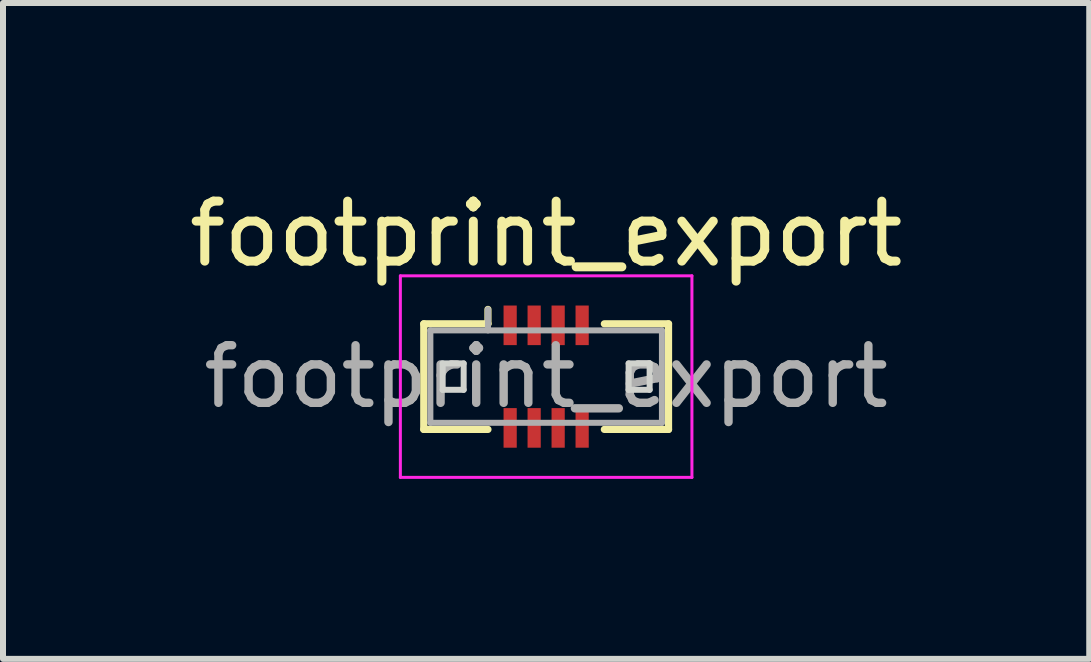
<source format=kicad_pcb>
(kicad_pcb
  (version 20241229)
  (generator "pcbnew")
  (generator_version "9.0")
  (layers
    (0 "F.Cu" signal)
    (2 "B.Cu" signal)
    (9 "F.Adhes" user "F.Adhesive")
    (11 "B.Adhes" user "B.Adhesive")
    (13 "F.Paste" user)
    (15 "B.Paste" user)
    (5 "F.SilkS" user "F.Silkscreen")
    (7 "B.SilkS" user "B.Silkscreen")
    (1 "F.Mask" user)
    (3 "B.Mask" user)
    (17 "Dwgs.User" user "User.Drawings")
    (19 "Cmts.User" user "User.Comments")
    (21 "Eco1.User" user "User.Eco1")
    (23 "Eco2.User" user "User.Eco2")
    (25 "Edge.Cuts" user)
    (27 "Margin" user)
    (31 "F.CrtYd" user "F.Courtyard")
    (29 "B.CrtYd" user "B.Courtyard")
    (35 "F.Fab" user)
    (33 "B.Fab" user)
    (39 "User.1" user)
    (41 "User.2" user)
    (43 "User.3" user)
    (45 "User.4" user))
  (footprint "footprint_export"
    (layer "F.Cu")
    (at 6.054 3.228)
    (property "Reference" "footprint_export" (at 0 -2.38 0) (layer "F.SilkS") (effects (font (size 1 1) (thickness 0.15))))
    (attr smd)
    (fp_line (start -2.04 -0.88) (end -0.97 -0.88) (stroke (width 0.12) (type solid)) (layer "F.SilkS"))
    (fp_line (start -2.04 0.88) (end -2.04 -0.88) (stroke (width 0.12) (type solid)) (layer "F.SilkS"))
    (fp_line (start -0.97 -0.88) (end -0.97 -1.12) (stroke (width 0.12) (type solid)) (layer "F.SilkS"))
    (fp_line (start -0.97 0.88) (end -2.04 0.88) (stroke (width 0.12) (type solid)) (layer "F.SilkS"))
    (fp_line (start 0.97 0.88) (end 2.04 0.88) (stroke (width 0.12) (type solid)) (layer "F.SilkS"))
    (fp_line (start 2.04 -0.88) (end 0.97 -0.88) (stroke (width 0.12) (type solid)) (layer "F.SilkS"))
    (fp_line (start 2.04 0.88) (end 2.04 -0.88) (stroke (width 0.12) (type solid)) (layer "F.SilkS"))
    (fp_line (start -1.725 -0.22) (end -1.725 0.22) (stroke (width 0.1) (type solid)) (layer "Edge.Cuts"))
    (fp_line (start -1.725 0.22) (end -1.375 0.22) (stroke (width 0.1) (type solid)) (layer "Edge.Cuts"))
    (fp_line (start -1.375 -0.22) (end -1.725 -0.22) (stroke (width 0.1) (type solid)) (layer "Edge.Cuts"))
    (fp_line (start -1.375 0.22) (end -1.375 -0.22) (stroke (width 0.1) (type solid)) (layer "Edge.Cuts"))
    (fp_line (start 1.375 -0.22) (end 1.375 0.22) (stroke (width 0.1) (type solid)) (layer "Edge.Cuts"))
    (fp_line (start 1.375 0.22) (end 1.725 0.22) (stroke (width 0.1) (type solid)) (layer "Edge.Cuts"))
    (fp_line (start 1.725 -0.22) (end 1.375 -0.22) (stroke (width 0.1) (type solid)) (layer "Edge.Cuts"))
    (fp_line (start 1.725 0.22) (end 1.725 -0.22) (stroke (width 0.1) (type solid)) (layer "Edge.Cuts"))
    (fp_line (start -2.43 -1.68) (end -2.43 1.68) (stroke (width 0.05) (type solid)) (layer "F.CrtYd"))
    (fp_line (start -2.43 1.68) (end 2.43 1.68) (stroke (width 0.05) (type solid)) (layer "F.CrtYd"))
    (fp_line (start 2.43 -1.68) (end -2.43 -1.68) (stroke (width 0.05) (type solid)) (layer "F.CrtYd"))
    (fp_line (start 2.43 1.68) (end 2.43 -1.68) (stroke (width 0.05) (type solid)) (layer "F.CrtYd"))
    (fp_line (start -1.93 -0.77) (end -1.93 0.77) (stroke (width 0.1) (type solid)) (layer "F.Fab"))
    (fp_line (start -1.93 0.77) (end 1.93 0.77) (stroke (width 0.1) (type solid)) (layer "F.Fab"))
    (fp_line (start -0.97 -0.77) (end -0.97 -1.12) (stroke (width 0.1) (type solid)) (layer "F.Fab"))
    (fp_line (start 1.93 -0.77) (end -1.93 -0.77) (stroke (width 0.1) (type solid)) (layer "F.Fab"))
    (fp_line (start 1.93 0.77) (end 1.93 -0.77) (stroke (width 0.1) (type solid)) (layer "F.Fab"))
    (fp_text user "${REFERENCE}" (at 0 0 0) (layer "F.Fab") (effects (font (size 0.96 0.96) (thickness 0.14))))
    (pad "1" smd rect (at -0.6 -0.855) (size 0.22 0.66) (layers "F.Cu" "F.Mask" "F.Paste"))
    (pad "2" smd rect (at -0.6 0.855) (size 0.22 0.66) (layers "F.Cu" "F.Mask" "F.Paste"))
    (pad "3" smd rect (at -0.2 -0.855) (size 0.22 0.66) (layers "F.Cu" "F.Mask" "F.Paste"))
    (pad "4" smd rect (at -0.2 0.855) (size 0.22 0.66) (layers "F.Cu" "F.Mask" "F.Paste"))
    (pad "5" smd rect (at 0.2 -0.855) (size 0.22 0.66) (layers "F.Cu" "F.Mask" "F.Paste"))
    (pad "6" smd rect (at 0.2 0.855) (size 0.22 0.66) (layers "F.Cu" "F.Mask" "F.Paste"))
    (pad "7" smd rect (at 0.6 -0.855) (size 0.22 0.66) (layers "F.Cu" "F.Mask" "F.Paste"))
    (pad "8" smd rect (at 0.6 0.855) (size 0.22 0.66) (layers "F.Cu" "F.Mask" "F.Paste")))
  (gr_rect
    (start -3 -3)
    (end 15.107 7.933)
    (stroke (width 0.1) (type default))
    (fill no)
    (layer "Edge.Cuts")))
</source>
